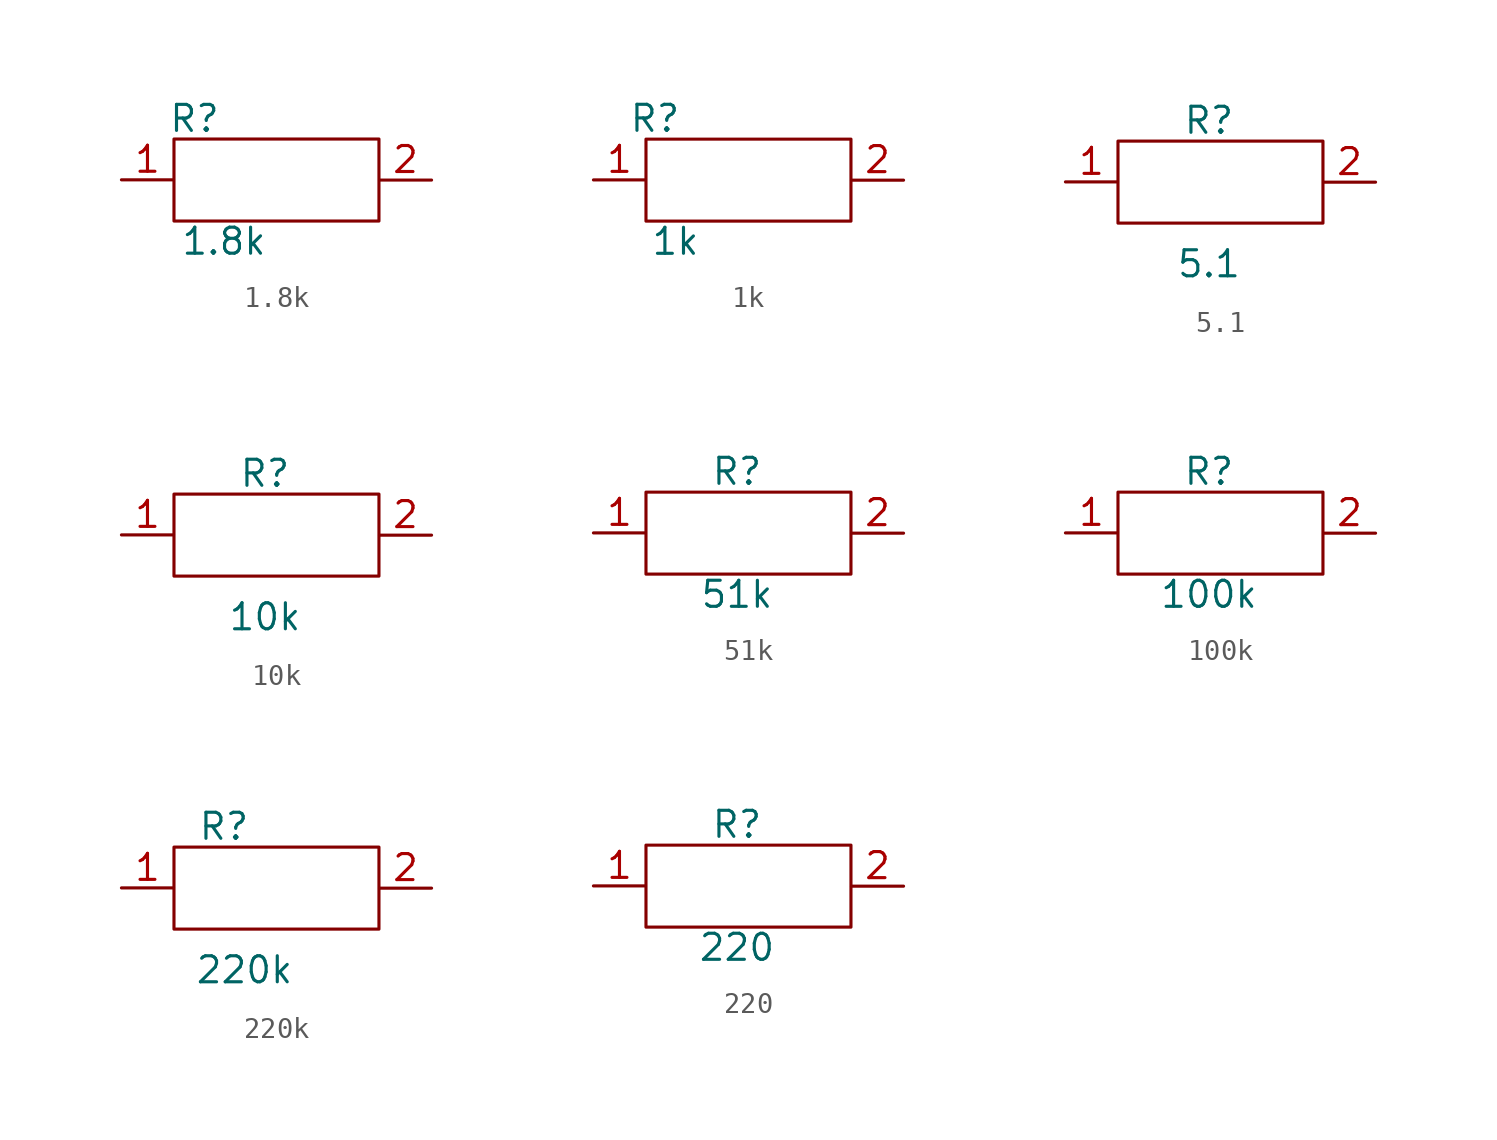
<source format=kicad_sym>
(kicad_symbol_lib
  (version 20231120)
  (generator "kicad_symbol_editor")
  (generator_version "8.0")
  (symbol "1.8k"
    (property "Reference" "R"
      (at 3.563 2.99 0)
      (effects (font (size 1.27 1.27))))
    (property "Value" "1.8k"
      (at 5 -3 0)
      (effects (font (size 1.27 1.27))))
    (symbol "1.8k_0_1"
      (rectangle (start 2.563 1.99) (end 12.563 -2.01) (stroke (width 0) (type default)) (fill (type none))))
    (symbol "1.8k_1_1"
      (pin bidirectional line (at 0 0 0) (length 2.54) (name "" (effects (font (size 1.27 1.27)))) (number "1" (effects (font (size 1.27 1.27)))))
      (pin bidirectional line (at 15.129 -0.012 180) (length 2.54) (name "" (effects (font (size 1.27 1.27)))) (number "2" (effects (font (size 1.27 1.27)))))))
  (symbol "1k"
    (property "Reference" "R"
      (at 3 3 0)
      (effects (font (size 1.27 1.27))))
    (property "Value" "1k"
      (at 4 -3 0)
      (effects (font (size 1.27 1.27))))
    (symbol "1k_0_1"
      (rectangle (start 2.563 1.99) (end 12.563 -2.01) (stroke (width 0) (type default)) (fill (type none))))
    (symbol "1k_1_1"
      (pin bidirectional line (at 0 0 0) (length 2.54) (name "" (effects (font (size 1.27 1.27)))) (number "1" (effects (font (size 1.27 1.27)))))
      (pin bidirectional line (at 15.129 -0.012 180) (length 2.54) (name "" (effects (font (size 1.27 1.27)))) (number "2" (effects (font (size 1.27 1.27)))))))
  (symbol "5.1"
    (property "Reference" "R"
      (at 7 3 0)
      (effects (font (size 1.27 1.27))))
    (property "Value" "5.1"
      (at 7 -4 0)
      (effects (font (size 1.27 1.27))))
    (symbol "5.1_0_1"
      (rectangle (start 2.563 1.99) (end 12.563 -2.01) (stroke (width 0) (type default)) (fill (type none))))
    (symbol "5.1_1_1"
      (pin bidirectional line (at 0 0 0) (length 2.54) (name "" (effects (font (size 1.27 1.27)))) (number "1" (effects (font (size 1.27 1.27)))))
      (pin bidirectional line (at 15.129 -0.012 180) (length 2.54) (name "" (effects (font (size 1.27 1.27)))) (number "2" (effects (font (size 1.27 1.27)))))))
  (symbol "10k"
    (property "Reference" "R"
      (at 7 3 0)
      (effects (font (size 1.27 1.27))))
    (property "Value" "10k"
      (at 7 -4 0)
      (effects (font (size 1.27 1.27))))
    (symbol "10k_0_1"
      (rectangle (start 2.563 1.99) (end 12.563 -2.01) (stroke (width 0) (type default)) (fill (type none))))
    (symbol "10k_1_1"
      (pin bidirectional line (at 0 0 0) (length 2.54) (name "" (effects (font (size 1.27 1.27)))) (number "1" (effects (font (size 1.27 1.27)))))
      (pin bidirectional line (at 15.129 -0.012 180) (length 2.54) (name "" (effects (font (size 1.27 1.27)))) (number "2" (effects (font (size 1.27 1.27)))))))
  (symbol "51k"
    (property "Reference" "R"
      (at 7 3 0)
      (effects (font (size 1.27 1.27))))
    (property "Value" "51k"
      (at 7 -3 0)
      (effects (font (size 1.27 1.27))))
    (symbol "51k_0_1"
      (rectangle (start 2.563 1.99) (end 12.563 -2.01) (stroke (width 0) (type default)) (fill (type none))))
    (symbol "51k_1_1"
      (pin bidirectional line (at 0 0 0) (length 2.54) (name "" (effects (font (size 1.27 1.27)))) (number "1" (effects (font (size 1.27 1.27)))))
      (pin bidirectional line (at 15.129 -0.012 180) (length 2.54) (name "" (effects (font (size 1.27 1.27)))) (number "2" (effects (font (size 1.27 1.27)))))))
  (symbol "100k"
    (property "Reference" "R"
      (at 7 3 0)
      (effects (font (size 1.27 1.27))))
    (property "Value" "100k"
      (at 7 -3 0)
      (effects (font (size 1.27 1.27))))
    (symbol "100k_0_1"
      (rectangle (start 2.563 1.99) (end 12.563 -2.01) (stroke (width 0) (type default)) (fill (type none))))
    (symbol "100k_1_1"
      (pin bidirectional line (at 0 0 0) (length 2.54) (name "" (effects (font (size 1.27 1.27)))) (number "1" (effects (font (size 1.27 1.27)))))
      (pin bidirectional line (at 15.129 -0.012 180) (length 2.54) (name "" (effects (font (size 1.27 1.27)))) (number "2" (effects (font (size 1.27 1.27)))))))
  (symbol "220k"
    (property "Reference" "R"
      (at 5 3 0)
      (effects (font (size 1.27 1.27))))
    (property "Value" "220k"
      (at 6 -4 0)
      (effects (font (size 1.27 1.27))))
    (symbol "220k_0_1"
      (rectangle (start 2.563 1.99) (end 12.563 -2.01) (stroke (width 0) (type default)) (fill (type none))))
    (symbol "220k_1_1"
      (pin bidirectional line (at 0 0 0) (length 2.54) (name "" (effects (font (size 1.27 1.27)))) (number "1" (effects (font (size 1.27 1.27)))))
      (pin bidirectional line (at 15.129 -0.012 180) (length 2.54) (name "" (effects (font (size 1.27 1.27)))) (number "2" (effects (font (size 1.27 1.27)))))))
  (symbol "220"
    (property "Reference" "R"
      (at 7 3 0)
      (effects (font (size 1.27 1.27))))
    (property "Value" "220"
      (at 7 -3 0)
      (effects (font (size 1.27 1.27))))
    (symbol "220_0_1"
      (rectangle (start 2.563 1.99) (end 12.563 -2.01) (stroke (width 0) (type default)) (fill (type none))))
    (symbol "220_1_1"
      (pin bidirectional line (at 0 0 0) (length 2.54) (name "" (effects (font (size 1.27 1.27)))) (number "1" (effects (font (size 1.27 1.27)))))
      (pin bidirectional line (at 15.129 -0.012 180) (length 2.54) (name "" (effects (font (size 1.27 1.27)))) (number "2" (effects (font (size 1.27 1.27))))))))
</source>
